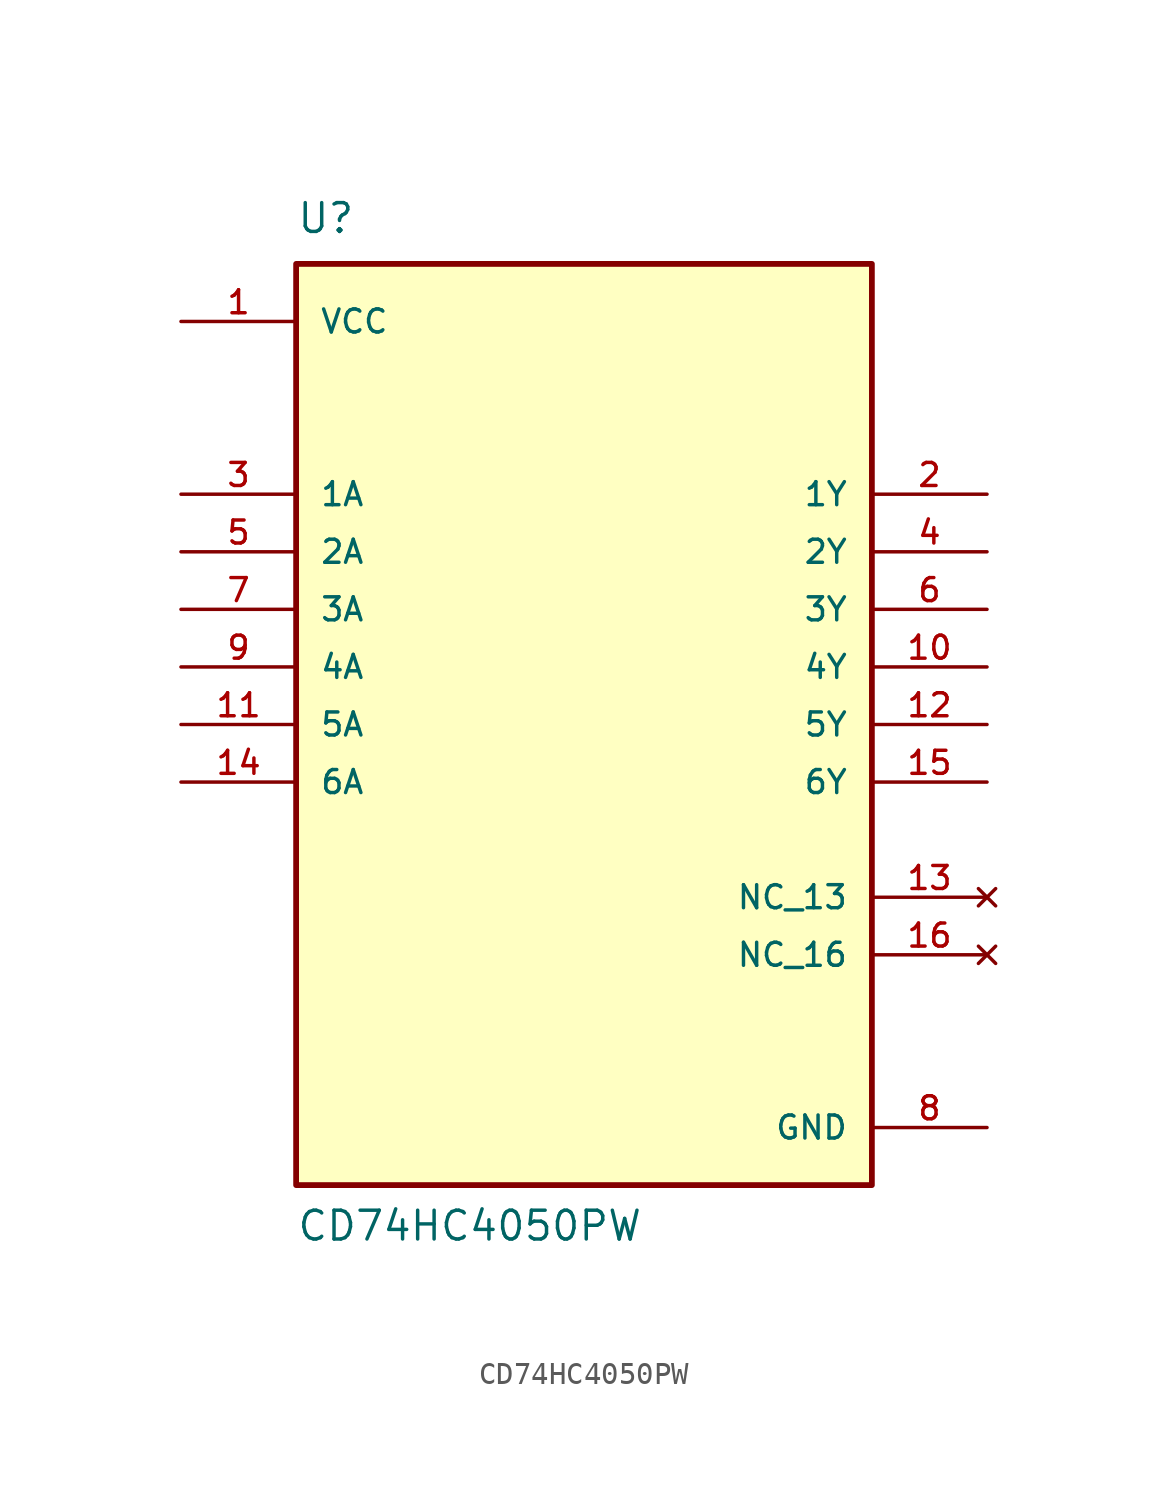
<source format=kicad_sym>
(kicad_symbol_lib
  (version 20231120)
  (generator "kicad_symbol_editor")
  (generator_version "8.0")
  (symbol "CD74HC4050PW"
    (pin_names
      (offset 1.016))
    (property "Reference" "U"
      (at -12.7 21.59 0)
      (effects (font (size 1.27 1.27)) (justify left bottom)))
    (property "Value" "CD74HC4050PW"
      (at -12.7 -22.86 0)
      (effects (font (size 1.27 1.27)) (justify left bottom)))
    (symbol "CD74HC4050PW_0_0"
      (rectangle (start -12.7 -20.32) (end 12.7 20.32) (stroke (width 0.254) (type default)) (fill (type background)))
      (pin power_in line (at -17.78 17.78 0) (length 5.08) (name "VCC" (effects (font (size 1.016 1.016)))) (number "1" (effects (font (size 1.016 1.016)))))
      (pin output line (at 17.78 2.54 180) (length 5.08) (name "4Y" (effects (font (size 1.016 1.016)))) (number "10" (effects (font (size 1.016 1.016)))))
      (pin input line (at -17.78 0 0) (length 5.08) (name "5A" (effects (font (size 1.016 1.016)))) (number "11" (effects (font (size 1.016 1.016)))))
      (pin output line (at 17.78 0 180) (length 5.08) (name "5Y" (effects (font (size 1.016 1.016)))) (number "12" (effects (font (size 1.016 1.016)))))
      (pin no_connect line (at 17.78 -7.62 180) (length 5.08) (name "NC_13" (effects (font (size 1.016 1.016)))) (number "13" (effects (font (size 1.016 1.016)))))
      (pin input line (at -17.78 -2.54 0) (length 5.08) (name "6A" (effects (font (size 1.016 1.016)))) (number "14" (effects (font (size 1.016 1.016)))))
      (pin output line (at 17.78 -2.54 180) (length 5.08) (name "6Y" (effects (font (size 1.016 1.016)))) (number "15" (effects (font (size 1.016 1.016)))))
      (pin no_connect line (at 17.78 -10.16 180) (length 5.08) (name "NC_16" (effects (font (size 1.016 1.016)))) (number "16" (effects (font (size 1.016 1.016)))))
      (pin output line (at 17.78 10.16 180) (length 5.08) (name "1Y" (effects (font (size 1.016 1.016)))) (number "2" (effects (font (size 1.016 1.016)))))
      (pin input line (at -17.78 10.16 0) (length 5.08) (name "1A" (effects (font (size 1.016 1.016)))) (number "3" (effects (font (size 1.016 1.016)))))
      (pin output line (at 17.78 7.62 180) (length 5.08) (name "2Y" (effects (font (size 1.016 1.016)))) (number "4" (effects (font (size 1.016 1.016)))))
      (pin input line (at -17.78 7.62 0) (length 5.08) (name "2A" (effects (font (size 1.016 1.016)))) (number "5" (effects (font (size 1.016 1.016)))))
      (pin output line (at 17.78 5.08 180) (length 5.08) (name "3Y" (effects (font (size 1.016 1.016)))) (number "6" (effects (font (size 1.016 1.016)))))
      (pin input line (at -17.78 5.08 0) (length 5.08) (name "3A" (effects (font (size 1.016 1.016)))) (number "7" (effects (font (size 1.016 1.016)))))
      (pin power_in line (at 17.78 -17.78 180) (length 5.08) (name "GND" (effects (font (size 1.016 1.016)))) (number "8" (effects (font (size 1.016 1.016)))))
      (pin input line (at -17.78 2.54 0) (length 5.08) (name "4A" (effects (font (size 1.016 1.016)))) (number "9" (effects (font (size 1.016 1.016))))))))
</source>
